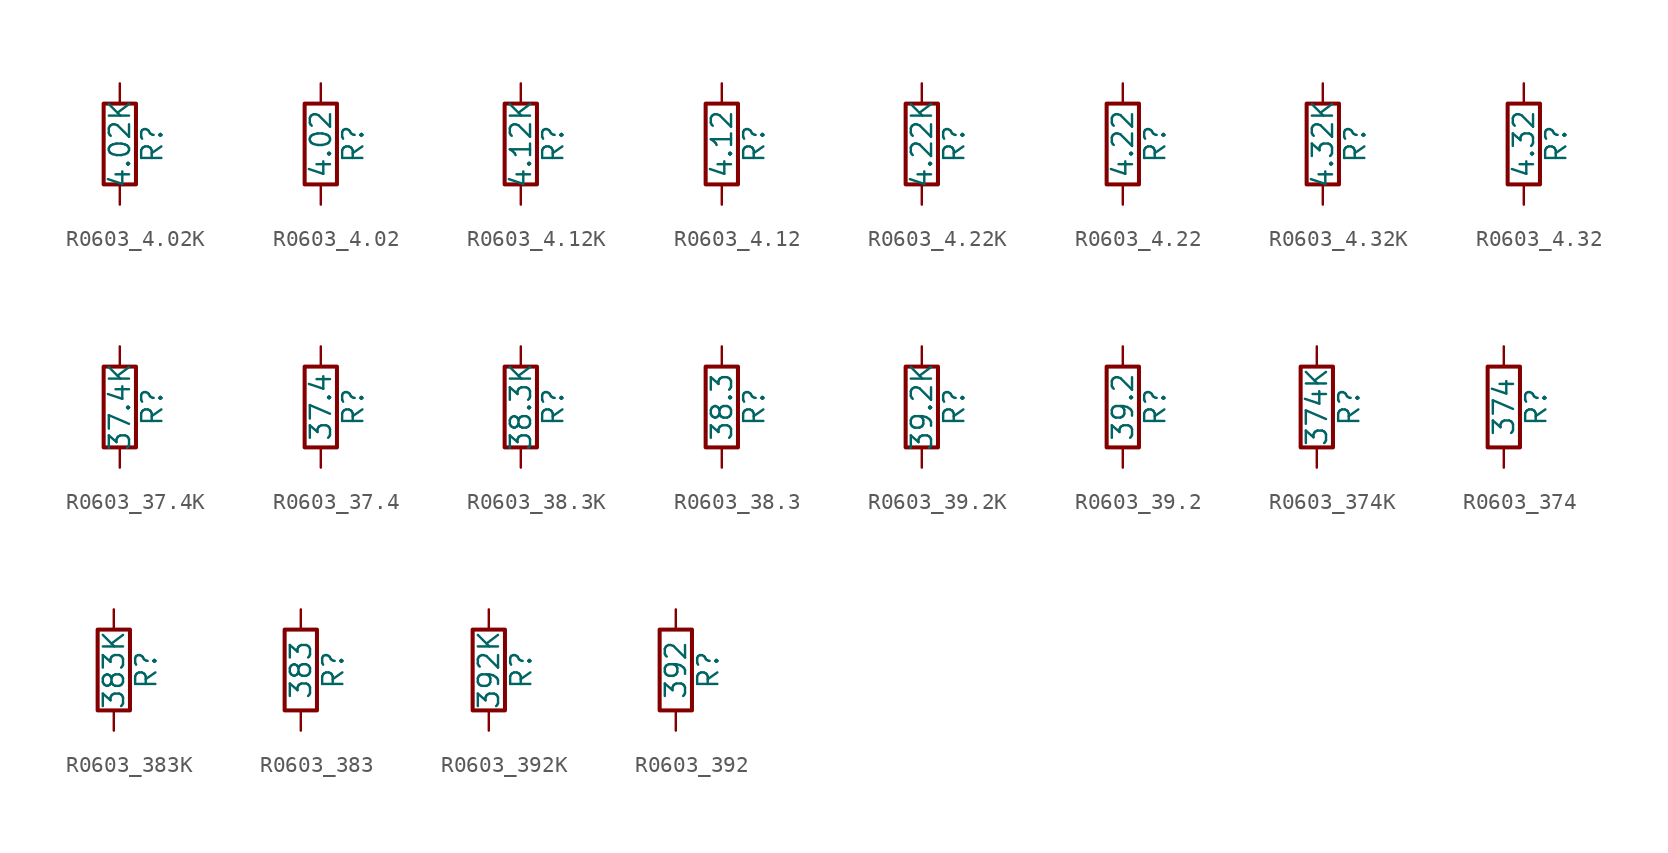
<source format=kicad_sym>
(kicad_symbol_lib
  (version 20211014)
  (generator atlantix-eda)
  (symbol "R0603_4.02K"
    (pin_numbers hide)
    (pin_names
      (offset 0))
    (property "Reference" "R"
      (at 2.032 0 90)
      (effects (font (size 1.27 1.27))))
    (property "Value" "4.02K"
      (at 0 0 90)
      (effects (font (size 1.27 1.27))))
    (symbol "R0603_4.02K_0_1"
      (rectangle (start -1.016 -2.54) (end 1.016 2.54) (stroke (width 0.254) (type default) (color 0 0 0 0)) (fill (type none))))
    (symbol "R0603_4.02K_1_1"
      (pin passive line (at 0 3.81 270) (length 1.27) (name "~" (effects (font (size 1.27 1.27)))) (number "1" (effects (font (size 1.27 1.27)))))
      (pin passive line (at 0 -3.81 90) (length 1.27) (name "~" (effects (font (size 1.27 1.27)))) (number "2" (effects (font (size 1.27 1.27)))))))
  (symbol "R0603_4.02"
    (pin_numbers hide)
    (pin_names
      (offset 0))
    (property "Reference" "R"
      (at 2.032 0 90)
      (effects (font (size 1.27 1.27))))
    (property "Value" "4.02"
      (at 0 0 90)
      (effects (font (size 1.27 1.27))))
    (symbol "R0603_4.02_0_1"
      (rectangle (start -1.016 -2.54) (end 1.016 2.54) (stroke (width 0.254) (type default) (color 0 0 0 0)) (fill (type none))))
    (symbol "R0603_4.02_1_1"
      (pin passive line (at 0 3.81 270) (length 1.27) (name "~" (effects (font (size 1.27 1.27)))) (number "1" (effects (font (size 1.27 1.27)))))
      (pin passive line (at 0 -3.81 90) (length 1.27) (name "~" (effects (font (size 1.27 1.27)))) (number "2" (effects (font (size 1.27 1.27)))))))
  (symbol "R0603_4.12K"
    (pin_numbers hide)
    (pin_names
      (offset 0))
    (property "Reference" "R"
      (at 2.032 0 90)
      (effects (font (size 1.27 1.27))))
    (property "Value" "4.12K"
      (at 0 0 90)
      (effects (font (size 1.27 1.27))))
    (symbol "R0603_4.12K_0_1"
      (rectangle (start -1.016 -2.54) (end 1.016 2.54) (stroke (width 0.254) (type default) (color 0 0 0 0)) (fill (type none))))
    (symbol "R0603_4.12K_1_1"
      (pin passive line (at 0 3.81 270) (length 1.27) (name "~" (effects (font (size 1.27 1.27)))) (number "1" (effects (font (size 1.27 1.27)))))
      (pin passive line (at 0 -3.81 90) (length 1.27) (name "~" (effects (font (size 1.27 1.27)))) (number "2" (effects (font (size 1.27 1.27)))))))
  (symbol "R0603_4.12"
    (pin_numbers hide)
    (pin_names
      (offset 0))
    (property "Reference" "R"
      (at 2.032 0 90)
      (effects (font (size 1.27 1.27))))
    (property "Value" "4.12"
      (at 0 0 90)
      (effects (font (size 1.27 1.27))))
    (symbol "R0603_4.12_0_1"
      (rectangle (start -1.016 -2.54) (end 1.016 2.54) (stroke (width 0.254) (type default) (color 0 0 0 0)) (fill (type none))))
    (symbol "R0603_4.12_1_1"
      (pin passive line (at 0 3.81 270) (length 1.27) (name "~" (effects (font (size 1.27 1.27)))) (number "1" (effects (font (size 1.27 1.27)))))
      (pin passive line (at 0 -3.81 90) (length 1.27) (name "~" (effects (font (size 1.27 1.27)))) (number "2" (effects (font (size 1.27 1.27)))))))
  (symbol "R0603_4.22K"
    (pin_numbers hide)
    (pin_names
      (offset 0))
    (property "Reference" "R"
      (at 2.032 0 90)
      (effects (font (size 1.27 1.27))))
    (property "Value" "4.22K"
      (at 0 0 90)
      (effects (font (size 1.27 1.27))))
    (symbol "R0603_4.22K_0_1"
      (rectangle (start -1.016 -2.54) (end 1.016 2.54) (stroke (width 0.254) (type default) (color 0 0 0 0)) (fill (type none))))
    (symbol "R0603_4.22K_1_1"
      (pin passive line (at 0 3.81 270) (length 1.27) (name "~" (effects (font (size 1.27 1.27)))) (number "1" (effects (font (size 1.27 1.27)))))
      (pin passive line (at 0 -3.81 90) (length 1.27) (name "~" (effects (font (size 1.27 1.27)))) (number "2" (effects (font (size 1.27 1.27)))))))
  (symbol "R0603_4.22"
    (pin_numbers hide)
    (pin_names
      (offset 0))
    (property "Reference" "R"
      (at 2.032 0 90)
      (effects (font (size 1.27 1.27))))
    (property "Value" "4.22"
      (at 0 0 90)
      (effects (font (size 1.27 1.27))))
    (symbol "R0603_4.22_0_1"
      (rectangle (start -1.016 -2.54) (end 1.016 2.54) (stroke (width 0.254) (type default) (color 0 0 0 0)) (fill (type none))))
    (symbol "R0603_4.22_1_1"
      (pin passive line (at 0 3.81 270) (length 1.27) (name "~" (effects (font (size 1.27 1.27)))) (number "1" (effects (font (size 1.27 1.27)))))
      (pin passive line (at 0 -3.81 90) (length 1.27) (name "~" (effects (font (size 1.27 1.27)))) (number "2" (effects (font (size 1.27 1.27)))))))
  (symbol "R0603_4.32K"
    (pin_numbers hide)
    (pin_names
      (offset 0))
    (property "Reference" "R"
      (at 2.032 0 90)
      (effects (font (size 1.27 1.27))))
    (property "Value" "4.32K"
      (at 0 0 90)
      (effects (font (size 1.27 1.27))))
    (symbol "R0603_4.32K_0_1"
      (rectangle (start -1.016 -2.54) (end 1.016 2.54) (stroke (width 0.254) (type default) (color 0 0 0 0)) (fill (type none))))
    (symbol "R0603_4.32K_1_1"
      (pin passive line (at 0 3.81 270) (length 1.27) (name "~" (effects (font (size 1.27 1.27)))) (number "1" (effects (font (size 1.27 1.27)))))
      (pin passive line (at 0 -3.81 90) (length 1.27) (name "~" (effects (font (size 1.27 1.27)))) (number "2" (effects (font (size 1.27 1.27)))))))
  (symbol "R0603_4.32"
    (pin_numbers hide)
    (pin_names
      (offset 0))
    (property "Reference" "R"
      (at 2.032 0 90)
      (effects (font (size 1.27 1.27))))
    (property "Value" "4.32"
      (at 0 0 90)
      (effects (font (size 1.27 1.27))))
    (symbol "R0603_4.32_0_1"
      (rectangle (start -1.016 -2.54) (end 1.016 2.54) (stroke (width 0.254) (type default) (color 0 0 0 0)) (fill (type none))))
    (symbol "R0603_4.32_1_1"
      (pin passive line (at 0 3.81 270) (length 1.27) (name "~" (effects (font (size 1.27 1.27)))) (number "1" (effects (font (size 1.27 1.27)))))
      (pin passive line (at 0 -3.81 90) (length 1.27) (name "~" (effects (font (size 1.27 1.27)))) (number "2" (effects (font (size 1.27 1.27)))))))
  (symbol "R0603_37.4K"
    (pin_numbers hide)
    (pin_names
      (offset 0))
    (property "Reference" "R"
      (at 2.032 0 90)
      (effects (font (size 1.27 1.27))))
    (property "Value" "37.4K"
      (at 0 0 90)
      (effects (font (size 1.27 1.27))))
    (symbol "R0603_37.4K_0_1"
      (rectangle (start -1.016 -2.54) (end 1.016 2.54) (stroke (width 0.254) (type default) (color 0 0 0 0)) (fill (type none))))
    (symbol "R0603_37.4K_1_1"
      (pin passive line (at 0 3.81 270) (length 1.27) (name "~" (effects (font (size 1.27 1.27)))) (number "1" (effects (font (size 1.27 1.27)))))
      (pin passive line (at 0 -3.81 90) (length 1.27) (name "~" (effects (font (size 1.27 1.27)))) (number "2" (effects (font (size 1.27 1.27)))))))
  (symbol "R0603_37.4"
    (pin_numbers hide)
    (pin_names
      (offset 0))
    (property "Reference" "R"
      (at 2.032 0 90)
      (effects (font (size 1.27 1.27))))
    (property "Value" "37.4"
      (at 0 0 90)
      (effects (font (size 1.27 1.27))))
    (symbol "R0603_37.4_0_1"
      (rectangle (start -1.016 -2.54) (end 1.016 2.54) (stroke (width 0.254) (type default) (color 0 0 0 0)) (fill (type none))))
    (symbol "R0603_37.4_1_1"
      (pin passive line (at 0 3.81 270) (length 1.27) (name "~" (effects (font (size 1.27 1.27)))) (number "1" (effects (font (size 1.27 1.27)))))
      (pin passive line (at 0 -3.81 90) (length 1.27) (name "~" (effects (font (size 1.27 1.27)))) (number "2" (effects (font (size 1.27 1.27)))))))
  (symbol "R0603_38.3K"
    (pin_numbers hide)
    (pin_names
      (offset 0))
    (property "Reference" "R"
      (at 2.032 0 90)
      (effects (font (size 1.27 1.27))))
    (property "Value" "38.3K"
      (at 0 0 90)
      (effects (font (size 1.27 1.27))))
    (symbol "R0603_38.3K_0_1"
      (rectangle (start -1.016 -2.54) (end 1.016 2.54) (stroke (width 0.254) (type default) (color 0 0 0 0)) (fill (type none))))
    (symbol "R0603_38.3K_1_1"
      (pin passive line (at 0 3.81 270) (length 1.27) (name "~" (effects (font (size 1.27 1.27)))) (number "1" (effects (font (size 1.27 1.27)))))
      (pin passive line (at 0 -3.81 90) (length 1.27) (name "~" (effects (font (size 1.27 1.27)))) (number "2" (effects (font (size 1.27 1.27)))))))
  (symbol "R0603_38.3"
    (pin_numbers hide)
    (pin_names
      (offset 0))
    (property "Reference" "R"
      (at 2.032 0 90)
      (effects (font (size 1.27 1.27))))
    (property "Value" "38.3"
      (at 0 0 90)
      (effects (font (size 1.27 1.27))))
    (symbol "R0603_38.3_0_1"
      (rectangle (start -1.016 -2.54) (end 1.016 2.54) (stroke (width 0.254) (type default) (color 0 0 0 0)) (fill (type none))))
    (symbol "R0603_38.3_1_1"
      (pin passive line (at 0 3.81 270) (length 1.27) (name "~" (effects (font (size 1.27 1.27)))) (number "1" (effects (font (size 1.27 1.27)))))
      (pin passive line (at 0 -3.81 90) (length 1.27) (name "~" (effects (font (size 1.27 1.27)))) (number "2" (effects (font (size 1.27 1.27)))))))
  (symbol "R0603_39.2K"
    (pin_numbers hide)
    (pin_names
      (offset 0))
    (property "Reference" "R"
      (at 2.032 0 90)
      (effects (font (size 1.27 1.27))))
    (property "Value" "39.2K"
      (at 0 0 90)
      (effects (font (size 1.27 1.27))))
    (symbol "R0603_39.2K_0_1"
      (rectangle (start -1.016 -2.54) (end 1.016 2.54) (stroke (width 0.254) (type default) (color 0 0 0 0)) (fill (type none))))
    (symbol "R0603_39.2K_1_1"
      (pin passive line (at 0 3.81 270) (length 1.27) (name "~" (effects (font (size 1.27 1.27)))) (number "1" (effects (font (size 1.27 1.27)))))
      (pin passive line (at 0 -3.81 90) (length 1.27) (name "~" (effects (font (size 1.27 1.27)))) (number "2" (effects (font (size 1.27 1.27)))))))
  (symbol "R0603_39.2"
    (pin_numbers hide)
    (pin_names
      (offset 0))
    (property "Reference" "R"
      (at 2.032 0 90)
      (effects (font (size 1.27 1.27))))
    (property "Value" "39.2"
      (at 0 0 90)
      (effects (font (size 1.27 1.27))))
    (symbol "R0603_39.2_0_1"
      (rectangle (start -1.016 -2.54) (end 1.016 2.54) (stroke (width 0.254) (type default) (color 0 0 0 0)) (fill (type none))))
    (symbol "R0603_39.2_1_1"
      (pin passive line (at 0 3.81 270) (length 1.27) (name "~" (effects (font (size 1.27 1.27)))) (number "1" (effects (font (size 1.27 1.27)))))
      (pin passive line (at 0 -3.81 90) (length 1.27) (name "~" (effects (font (size 1.27 1.27)))) (number "2" (effects (font (size 1.27 1.27)))))))
  (symbol "R0603_374K"
    (pin_numbers hide)
    (pin_names
      (offset 0))
    (property "Reference" "R"
      (at 2.032 0 90)
      (effects (font (size 1.27 1.27))))
    (property "Value" "374K"
      (at 0 0 90)
      (effects (font (size 1.27 1.27))))
    (symbol "R0603_374K_0_1"
      (rectangle (start -1.016 -2.54) (end 1.016 2.54) (stroke (width 0.254) (type default) (color 0 0 0 0)) (fill (type none))))
    (symbol "R0603_374K_1_1"
      (pin passive line (at 0 3.81 270) (length 1.27) (name "~" (effects (font (size 1.27 1.27)))) (number "1" (effects (font (size 1.27 1.27)))))
      (pin passive line (at 0 -3.81 90) (length 1.27) (name "~" (effects (font (size 1.27 1.27)))) (number "2" (effects (font (size 1.27 1.27)))))))
  (symbol "R0603_374"
    (pin_numbers hide)
    (pin_names
      (offset 0))
    (property "Reference" "R"
      (at 2.032 0 90)
      (effects (font (size 1.27 1.27))))
    (property "Value" "374"
      (at 0 0 90)
      (effects (font (size 1.27 1.27))))
    (symbol "R0603_374_0_1"
      (rectangle (start -1.016 -2.54) (end 1.016 2.54) (stroke (width 0.254) (type default) (color 0 0 0 0)) (fill (type none))))
    (symbol "R0603_374_1_1"
      (pin passive line (at 0 3.81 270) (length 1.27) (name "~" (effects (font (size 1.27 1.27)))) (number "1" (effects (font (size 1.27 1.27)))))
      (pin passive line (at 0 -3.81 90) (length 1.27) (name "~" (effects (font (size 1.27 1.27)))) (number "2" (effects (font (size 1.27 1.27)))))))
  (symbol "R0603_383K"
    (pin_numbers hide)
    (pin_names
      (offset 0))
    (property "Reference" "R"
      (at 2.032 0 90)
      (effects (font (size 1.27 1.27))))
    (property "Value" "383K"
      (at 0 0 90)
      (effects (font (size 1.27 1.27))))
    (symbol "R0603_383K_0_1"
      (rectangle (start -1.016 -2.54) (end 1.016 2.54) (stroke (width 0.254) (type default) (color 0 0 0 0)) (fill (type none))))
    (symbol "R0603_383K_1_1"
      (pin passive line (at 0 3.81 270) (length 1.27) (name "~" (effects (font (size 1.27 1.27)))) (number "1" (effects (font (size 1.27 1.27)))))
      (pin passive line (at 0 -3.81 90) (length 1.27) (name "~" (effects (font (size 1.27 1.27)))) (number "2" (effects (font (size 1.27 1.27)))))))
  (symbol "R0603_383"
    (pin_numbers hide)
    (pin_names
      (offset 0))
    (property "Reference" "R"
      (at 2.032 0 90)
      (effects (font (size 1.27 1.27))))
    (property "Value" "383"
      (at 0 0 90)
      (effects (font (size 1.27 1.27))))
    (symbol "R0603_383_0_1"
      (rectangle (start -1.016 -2.54) (end 1.016 2.54) (stroke (width 0.254) (type default) (color 0 0 0 0)) (fill (type none))))
    (symbol "R0603_383_1_1"
      (pin passive line (at 0 3.81 270) (length 1.27) (name "~" (effects (font (size 1.27 1.27)))) (number "1" (effects (font (size 1.27 1.27)))))
      (pin passive line (at 0 -3.81 90) (length 1.27) (name "~" (effects (font (size 1.27 1.27)))) (number "2" (effects (font (size 1.27 1.27)))))))
  (symbol "R0603_392K"
    (pin_numbers hide)
    (pin_names
      (offset 0))
    (property "Reference" "R"
      (at 2.032 0 90)
      (effects (font (size 1.27 1.27))))
    (property "Value" "392K"
      (at 0 0 90)
      (effects (font (size 1.27 1.27))))
    (symbol "R0603_392K_0_1"
      (rectangle (start -1.016 -2.54) (end 1.016 2.54) (stroke (width 0.254) (type default) (color 0 0 0 0)) (fill (type none))))
    (symbol "R0603_392K_1_1"
      (pin passive line (at 0 3.81 270) (length 1.27) (name "~" (effects (font (size 1.27 1.27)))) (number "1" (effects (font (size 1.27 1.27)))))
      (pin passive line (at 0 -3.81 90) (length 1.27) (name "~" (effects (font (size 1.27 1.27)))) (number "2" (effects (font (size 1.27 1.27)))))))
  (symbol "R0603_392"
    (pin_numbers hide)
    (pin_names
      (offset 0))
    (property "Reference" "R"
      (at 2.032 0 90)
      (effects (font (size 1.27 1.27))))
    (property "Value" "392"
      (at 0 0 90)
      (effects (font (size 1.27 1.27))))
    (symbol "R0603_392_0_1"
      (rectangle (start -1.016 -2.54) (end 1.016 2.54) (stroke (width 0.254) (type default) (color 0 0 0 0)) (fill (type none))))
    (symbol "R0603_392_1_1"
      (pin passive line (at 0 3.81 270) (length 1.27) (name "~" (effects (font (size 1.27 1.27)))) (number "1" (effects (font (size 1.27 1.27)))))
      (pin passive line (at 0 -3.81 90) (length 1.27) (name "~" (effects (font (size 1.27 1.27)))) (number "2" (effects (font (size 1.27 1.27))))))))
</source>
